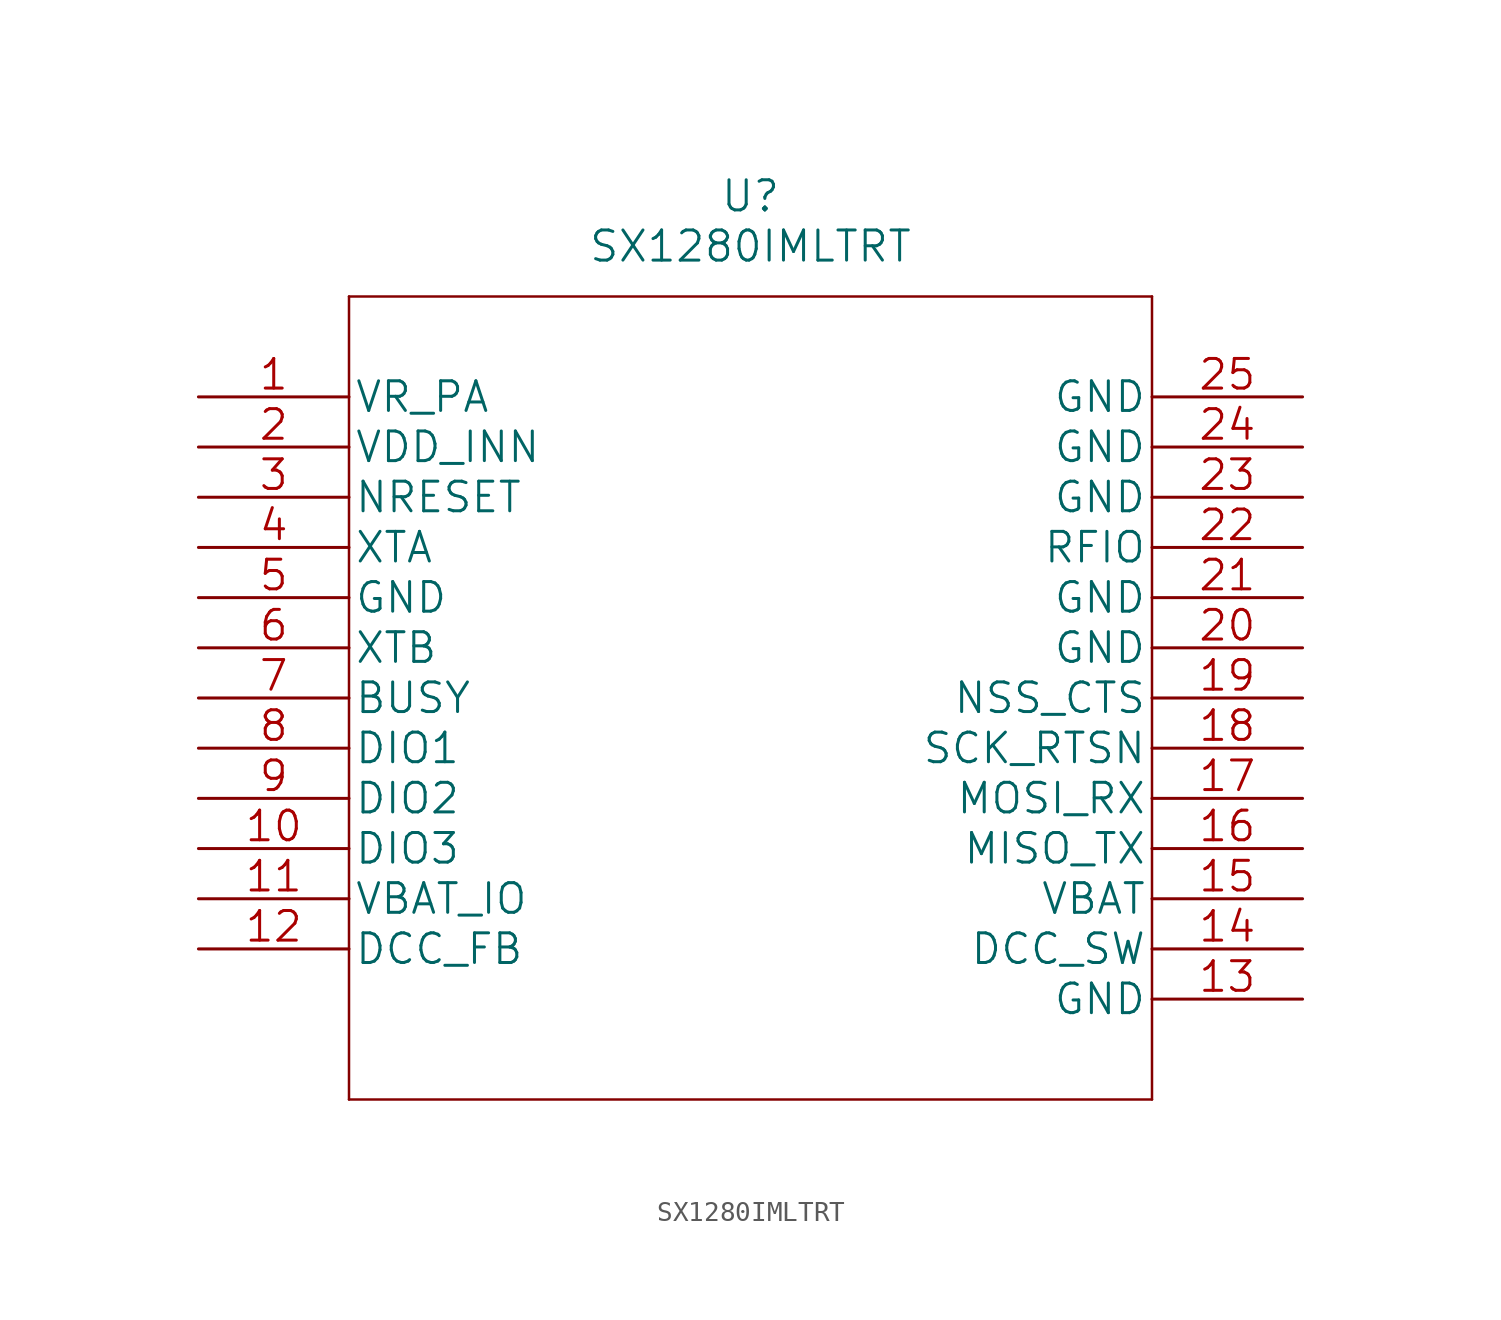
<source format=kicad_sym>
(kicad_symbol_lib
  (version 20211014)
  (generator kicad_symbol_editor)
  (symbol "SX1280IMLTRT"
    (pin_names
      (offset 0.254))
    (property "Reference" "U"
      (at 27.94 10.16 0)
      (effects (font (size 1.524 1.524))))
    (property "Value" "SX1280IMLTRT"
      (at 27.94 7.62 0)
      (effects (font (size 1.524 1.524))))
    (property "Datasheet" ""
      (at 0 0 0)
      (effects (font (size 1.524 1.524))))
    (property "ki_locked" ""
      (at 0 0 0)
      (effects (font (size 1.27 1.27))))
    (symbol "SX1280IMLTRT_1_1"
      (polyline (pts (xy 7.62 -35.56) (xy 48.26 -35.56)) (stroke (width 0.127) (type default) (color 0 0 0 0)) (fill (type none)))
      (polyline (pts (xy 7.62 5.08) (xy 7.62 -35.56)) (stroke (width 0.127) (type default) (color 0 0 0 0)) (fill (type none)))
      (polyline (pts (xy 48.26 -35.56) (xy 48.26 5.08)) (stroke (width 0.127) (type default) (color 0 0 0 0)) (fill (type none)))
      (polyline (pts (xy 48.26 5.08) (xy 7.62 5.08)) (stroke (width 0.127) (type default) (color 0 0 0 0)) (fill (type none)))
      (pin power_in line (at 0 0 0) (length 7.62) (name "VR_PA" (effects (font (size 1.499 1.499)))) (number "1" (effects (font (size 1.499 1.499)))))
      (pin bidirectional line (at 0 -22.86 0) (length 7.62) (name "DIO3" (effects (font (size 1.499 1.499)))) (number "10" (effects (font (size 1.499 1.499)))))
      (pin power_in line (at 0 -25.4 0) (length 7.62) (name "VBAT_IO" (effects (font (size 1.499 1.499)))) (number "11" (effects (font (size 1.499 1.499)))))
      (pin output line (at 0 -27.94 0) (length 7.62) (name "DCC_FB" (effects (font (size 1.499 1.499)))) (number "12" (effects (font (size 1.499 1.499)))))
      (pin power_in line (at 55.88 -30.48 180) (length 7.62) (name "GND" (effects (font (size 1.499 1.499)))) (number "13" (effects (font (size 1.499 1.499)))))
      (pin output line (at 55.88 -27.94 180) (length 7.62) (name "DCC_SW" (effects (font (size 1.499 1.499)))) (number "14" (effects (font (size 1.499 1.499)))))
      (pin power_in line (at 55.88 -25.4 180) (length 7.62) (name "VBAT" (effects (font (size 1.499 1.499)))) (number "15" (effects (font (size 1.499 1.499)))))
      (pin output line (at 55.88 -22.86 180) (length 7.62) (name "MISO_TX" (effects (font (size 1.499 1.499)))) (number "16" (effects (font (size 1.499 1.499)))))
      (pin input line (at 55.88 -20.32 180) (length 7.62) (name "MOSI_RX" (effects (font (size 1.499 1.499)))) (number "17" (effects (font (size 1.499 1.499)))))
      (pin input line (at 55.88 -17.78 180) (length 7.62) (name "SCK_RTSN" (effects (font (size 1.499 1.499)))) (number "18" (effects (font (size 1.499 1.499)))))
      (pin input line (at 55.88 -15.24 180) (length 7.62) (name "NSS_CTS" (effects (font (size 1.499 1.499)))) (number "19" (effects (font (size 1.499 1.499)))))
      (pin power_in line (at 0 -2.54 0) (length 7.62) (name "VDD_INN" (effects (font (size 1.499 1.499)))) (number "2" (effects (font (size 1.499 1.499)))))
      (pin power_in line (at 55.88 -12.7 180) (length 7.62) (name "GND" (effects (font (size 1.499 1.499)))) (number "20" (effects (font (size 1.499 1.499)))))
      (pin power_in line (at 55.88 -10.16 180) (length 7.62) (name "GND" (effects (font (size 1.499 1.499)))) (number "21" (effects (font (size 1.499 1.499)))))
      (pin bidirectional line (at 55.88 -7.62 180) (length 7.62) (name "RFIO" (effects (font (size 1.499 1.499)))) (number "22" (effects (font (size 1.499 1.499)))))
      (pin power_in line (at 55.88 -5.08 180) (length 7.62) (name "GND" (effects (font (size 1.499 1.499)))) (number "23" (effects (font (size 1.499 1.499)))))
      (pin power_in line (at 55.88 -2.54 180) (length 7.62) (name "GND" (effects (font (size 1.499 1.499)))) (number "24" (effects (font (size 1.499 1.499)))))
      (pin power_in line (at 55.88 0 180) (length 7.62) (name "GND" (effects (font (size 1.499 1.499)))) (number "25" (effects (font (size 1.499 1.499)))))
      (pin input line (at 0 -5.08 0) (length 7.62) (name "NRESET" (effects (font (size 1.499 1.499)))) (number "3" (effects (font (size 1.499 1.499)))))
      (pin bidirectional line (at 0 -7.62 0) (length 7.62) (name "XTA" (effects (font (size 1.499 1.499)))) (number "4" (effects (font (size 1.499 1.499)))))
      (pin power_in line (at 0 -10.16 0) (length 7.62) (name "GND" (effects (font (size 1.499 1.499)))) (number "5" (effects (font (size 1.499 1.499)))))
      (pin bidirectional line (at 0 -12.7 0) (length 7.62) (name "XTB" (effects (font (size 1.499 1.499)))) (number "6" (effects (font (size 1.499 1.499)))))
      (pin output line (at 0 -15.24 0) (length 7.62) (name "BUSY" (effects (font (size 1.499 1.499)))) (number "7" (effects (font (size 1.499 1.499)))))
      (pin bidirectional line (at 0 -17.78 0) (length 7.62) (name "DIO1" (effects (font (size 1.499 1.499)))) (number "8" (effects (font (size 1.499 1.499)))))
      (pin bidirectional line (at 0 -20.32 0) (length 7.62) (name "DIO2" (effects (font (size 1.499 1.499)))) (number "9" (effects (font (size 1.499 1.499))))))))
</source>
